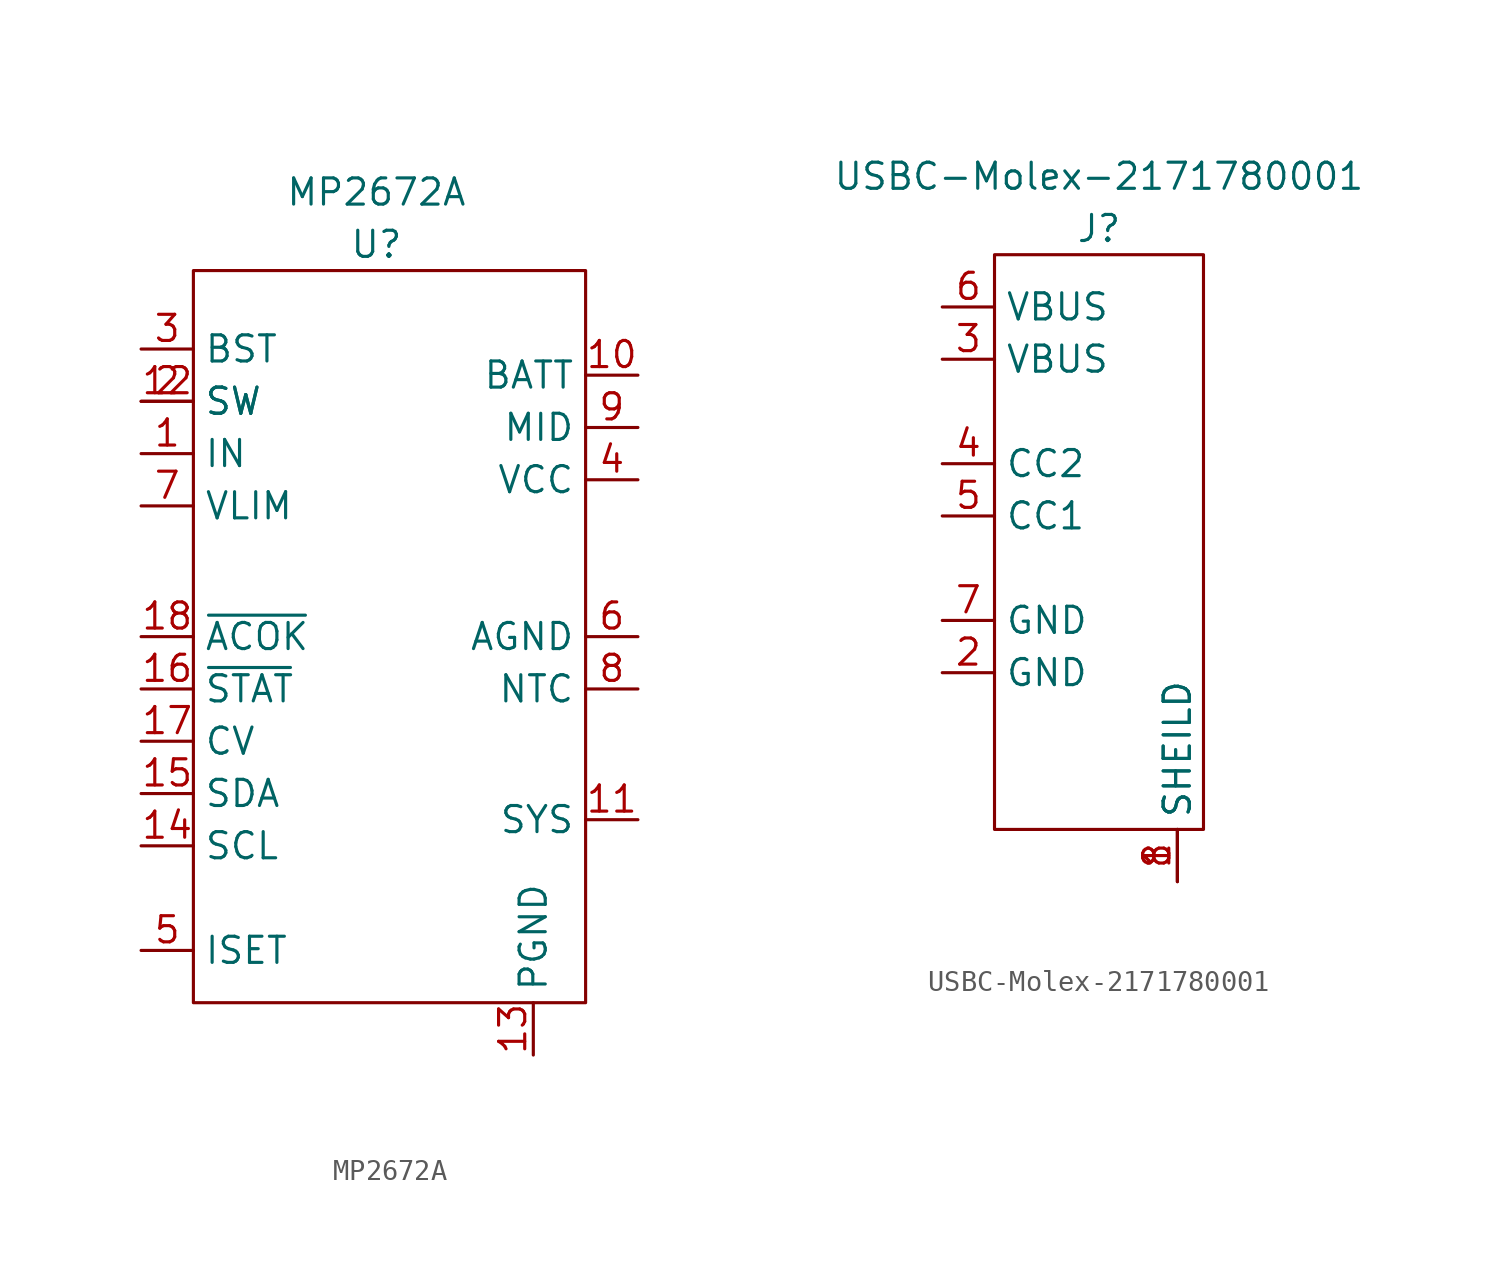
<source format=kicad_sym>
(kicad_symbol_lib
  (version 20201005)
  (generator kicad_symbol_editor)
  (symbol "VX8Battery:MP2672A"
    (property "Reference" "U"
      (at 2.54 36.83 0)
      (effects (font (size 1.27 1.27))))
    (property "Value" "MP2672A"
      (at 2.54 39.37 0)
      (effects (font (size 1.27 1.27))))
    (symbol "MP2672A_0_1"
      (rectangle (start -6.35 35.56) (end 12.7 0) (stroke (width 0.152)) (fill (type none))))
    (symbol "MP2672A_1_1"
      (pin input line (at -8.89 26.67 0) (length 2.54) (name "IN" (effects (font (size 1.27 1.27)))) (number "1" (effects (font (size 1.27 1.27)))))
      (pin input line (at 15.24 30.48 180) (length 2.54) (name "BATT" (effects (font (size 1.27 1.27)))) (number "10" (effects (font (size 1.27 1.27)))))
      (pin input line (at 15.24 8.89 180) (length 2.54) (name "SYS" (effects (font (size 1.27 1.27)))) (number "11" (effects (font (size 1.27 1.27)))))
      (pin input line (at -8.89 29.21 0) (length 2.54) (name "SW" (effects (font (size 1.27 1.27)))) (number "12" (effects (font (size 1.27 1.27)))))
      (pin input line (at 10.16 -2.54 90) (length 2.54) (name "PGND" (effects (font (size 1.27 1.27)))) (number "13" (effects (font (size 1.27 1.27)))))
      (pin input line (at -8.89 7.62 0) (length 2.54) (name "SCL" (effects (font (size 1.27 1.27)))) (number "14" (effects (font (size 1.27 1.27)))))
      (pin input line (at -8.89 10.16 0) (length 2.54) (name "SDA" (effects (font (size 1.27 1.27)))) (number "15" (effects (font (size 1.27 1.27)))))
      (pin input line (at -8.89 15.24 0) (length 2.54) (name "~STAT" (effects (font (size 1.27 1.27)))) (number "16" (effects (font (size 1.27 1.27)))))
      (pin input line (at -8.89 12.7 0) (length 2.54) (name "CV" (effects (font (size 1.27 1.27)))) (number "17" (effects (font (size 1.27 1.27)))))
      (pin input line (at -8.89 17.78 0) (length 2.54) (name "~ACOK" (effects (font (size 1.27 1.27)))) (number "18" (effects (font (size 1.27 1.27)))))
      (pin input line (at -8.89 29.21 0) (length 2.54) (name "SW" (effects (font (size 1.27 1.27)))) (number "2" (effects (font (size 1.27 1.27)))))
      (pin input line (at -8.89 31.75 0) (length 2.54) (name "BST" (effects (font (size 1.27 1.27)))) (number "3" (effects (font (size 1.27 1.27)))))
      (pin input line (at 15.24 25.4 180) (length 2.54) (name "VCC" (effects (font (size 1.27 1.27)))) (number "4" (effects (font (size 1.27 1.27)))))
      (pin input line (at -8.89 2.54 0) (length 2.54) (name "ISET" (effects (font (size 1.27 1.27)))) (number "5" (effects (font (size 1.27 1.27)))))
      (pin input line (at 15.24 17.78 180) (length 2.54) (name "AGND" (effects (font (size 1.27 1.27)))) (number "6" (effects (font (size 1.27 1.27)))))
      (pin input line (at -8.89 24.13 0) (length 2.54) (name "VLIM" (effects (font (size 1.27 1.27)))) (number "7" (effects (font (size 1.27 1.27)))))
      (pin input line (at 15.24 15.24 180) (length 2.54) (name "NTC" (effects (font (size 1.27 1.27)))) (number "8" (effects (font (size 1.27 1.27)))))
      (pin input line (at 15.24 27.94 180) (length 2.54) (name "MID" (effects (font (size 1.27 1.27)))) (number "9" (effects (font (size 1.27 1.27)))))))
  (symbol "VX8Battery:USBC-Molex-2171780001"
    (property "Reference" "J"
      (at -5.08 21.59 0)
      (effects (font (size 1.27 1.27))))
    (property "Value" "USBC-Molex-2171780001"
      (at -5.08 24.13 0)
      (effects (font (size 1.27 1.27))))
    (symbol "USBC-Molex-2171780001_0_1"
      (rectangle (start -10.16 20.32) (end 0 -7.62) (stroke (width 0.152)) (fill (type none))))
    (symbol "USBC-Molex-2171780001_1_1"
      (pin input line (at -1.27 -10.16 90) (length 2.54) (name "SHEILD" (effects (font (size 1.27 1.27)))) (number "1" (effects (font (size 1.27 1.27)))))
      (pin input line (at -12.7 0 0) (length 2.54) (name "GND" (effects (font (size 1.27 1.27)))) (number "2" (effects (font (size 1.27 1.27)))))
      (pin input line (at -12.7 15.24 0) (length 2.54) (name "VBUS" (effects (font (size 1.27 1.27)))) (number "3" (effects (font (size 1.27 1.27)))))
      (pin input line (at -12.7 10.16 0) (length 2.54) (name "CC2" (effects (font (size 1.27 1.27)))) (number "4" (effects (font (size 1.27 1.27)))))
      (pin input line (at -12.7 7.62 0) (length 2.54) (name "CC1" (effects (font (size 1.27 1.27)))) (number "5" (effects (font (size 1.27 1.27)))))
      (pin input line (at -12.7 17.78 0) (length 2.54) (name "VBUS" (effects (font (size 1.27 1.27)))) (number "6" (effects (font (size 1.27 1.27)))))
      (pin input line (at -12.7 2.54 0) (length 2.54) (name "GND" (effects (font (size 1.27 1.27)))) (number "7" (effects (font (size 1.27 1.27)))))
      (pin input line (at -1.27 -10.16 90) (length 2.54) (name "SHEILD" (effects (font (size 1.27 1.27)))) (number "8" (effects (font (size 1.27 1.27))))))))
</source>
